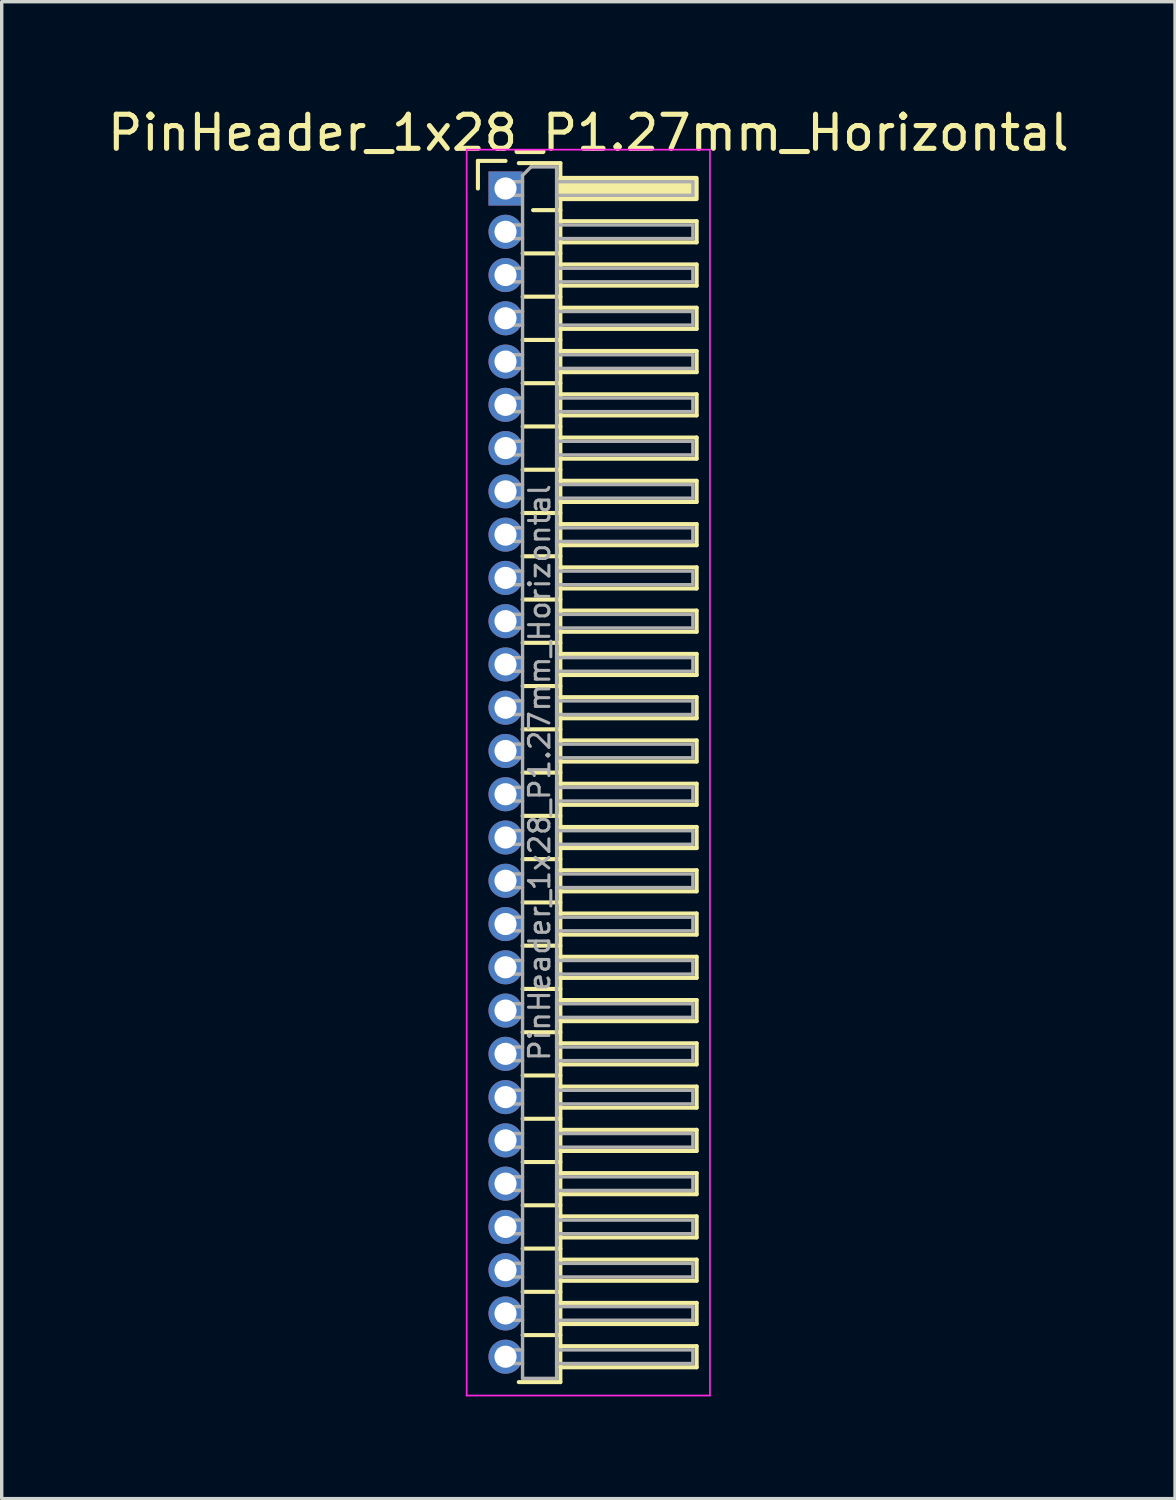
<source format=kicad_pcb>
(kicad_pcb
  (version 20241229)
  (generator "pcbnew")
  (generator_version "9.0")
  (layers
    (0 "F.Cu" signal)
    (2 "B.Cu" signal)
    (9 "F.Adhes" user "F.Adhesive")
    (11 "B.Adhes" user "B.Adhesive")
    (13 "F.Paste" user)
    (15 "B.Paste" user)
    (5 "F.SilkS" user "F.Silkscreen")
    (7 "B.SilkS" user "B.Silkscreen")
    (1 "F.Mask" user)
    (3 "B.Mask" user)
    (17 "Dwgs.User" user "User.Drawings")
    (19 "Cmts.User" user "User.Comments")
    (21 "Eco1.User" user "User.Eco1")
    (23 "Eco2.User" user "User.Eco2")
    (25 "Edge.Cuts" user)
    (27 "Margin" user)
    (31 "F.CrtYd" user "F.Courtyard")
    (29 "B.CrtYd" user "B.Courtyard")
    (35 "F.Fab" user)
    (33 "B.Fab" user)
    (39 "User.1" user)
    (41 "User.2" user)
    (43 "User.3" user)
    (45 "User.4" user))
  (footprint "PinHeader_1x28_P1.27mm_Horizontal"
    (layer "F.Cu")
    (at 11.788 2.483)
    (property "Reference" "PinHeader_1x28_P1.27mm_Horizontal" (at 2.433 -1.635 0) (layer "F.SilkS") (effects (font (size 1 1) (thickness 0.15))))
    (attr through_hole)
    (fp_line (start -0.81 -0.81) (end 0 -0.81) (stroke (width 0.12) (type solid)) (layer "F.SilkS"))
    (fp_line (start -0.81 0) (end -0.81 -0.81) (stroke (width 0.12) (type solid)) (layer "F.SilkS"))
    (fp_line (start 0.39 -0.745) (end 1.61 -0.745) (stroke (width 0.12) (type solid)) (layer "F.SilkS"))
    (fp_line (start 0.503 1.905) (end 1.61 1.905) (stroke (width 0.12) (type solid)) (layer "F.SilkS"))
    (fp_line (start 0.503 3.175) (end 1.61 3.175) (stroke (width 0.12) (type solid)) (layer "F.SilkS"))
    (fp_line (start 0.503 4.445) (end 1.61 4.445) (stroke (width 0.12) (type solid)) (layer "F.SilkS"))
    (fp_line (start 0.503 5.715) (end 1.61 5.715) (stroke (width 0.12) (type solid)) (layer "F.SilkS"))
    (fp_line (start 0.503 6.985) (end 1.61 6.985) (stroke (width 0.12) (type solid)) (layer "F.SilkS"))
    (fp_line (start 0.503 8.255) (end 1.61 8.255) (stroke (width 0.12) (type solid)) (layer "F.SilkS"))
    (fp_line (start 0.503 9.525) (end 1.61 9.525) (stroke (width 0.12) (type solid)) (layer "F.SilkS"))
    (fp_line (start 0.503 10.795) (end 1.61 10.795) (stroke (width 0.12) (type solid)) (layer "F.SilkS"))
    (fp_line (start 0.503 12.065) (end 1.61 12.065) (stroke (width 0.12) (type solid)) (layer "F.SilkS"))
    (fp_line (start 0.503 13.335) (end 1.61 13.335) (stroke (width 0.12) (type solid)) (layer "F.SilkS"))
    (fp_line (start 0.503 14.605) (end 1.61 14.605) (stroke (width 0.12) (type solid)) (layer "F.SilkS"))
    (fp_line (start 0.503 15.875) (end 1.61 15.875) (stroke (width 0.12) (type solid)) (layer "F.SilkS"))
    (fp_line (start 0.503 17.145) (end 1.61 17.145) (stroke (width 0.12) (type solid)) (layer "F.SilkS"))
    (fp_line (start 0.503 18.415) (end 1.61 18.415) (stroke (width 0.12) (type solid)) (layer "F.SilkS"))
    (fp_line (start 0.503 19.685) (end 1.61 19.685) (stroke (width 0.12) (type solid)) (layer "F.SilkS"))
    (fp_line (start 0.503 20.955) (end 1.61 20.955) (stroke (width 0.12) (type solid)) (layer "F.SilkS"))
    (fp_line (start 0.503 22.225) (end 1.61 22.225) (stroke (width 0.12) (type solid)) (layer "F.SilkS"))
    (fp_line (start 0.503 23.495) (end 1.61 23.495) (stroke (width 0.12) (type solid)) (layer "F.SilkS"))
    (fp_line (start 0.503 24.765) (end 1.61 24.765) (stroke (width 0.12) (type solid)) (layer "F.SilkS"))
    (fp_line (start 0.503 26.035) (end 1.61 26.035) (stroke (width 0.12) (type solid)) (layer "F.SilkS"))
    (fp_line (start 0.503 27.305) (end 1.61 27.305) (stroke (width 0.12) (type solid)) (layer "F.SilkS"))
    (fp_line (start 0.503 28.575) (end 1.61 28.575) (stroke (width 0.12) (type solid)) (layer "F.SilkS"))
    (fp_line (start 0.503 29.845) (end 1.61 29.845) (stroke (width 0.12) (type solid)) (layer "F.SilkS"))
    (fp_line (start 0.503 31.115) (end 1.61 31.115) (stroke (width 0.12) (type solid)) (layer "F.SilkS"))
    (fp_line (start 0.503 32.385) (end 1.61 32.385) (stroke (width 0.12) (type solid)) (layer "F.SilkS"))
    (fp_line (start 0.503 33.655) (end 1.61 33.655) (stroke (width 0.12) (type solid)) (layer "F.SilkS"))
    (fp_line (start 0.81 0.635) (end 1.61 0.635) (stroke (width 0.12) (type solid)) (layer "F.SilkS"))
    (fp_line (start 1.61 -0.745) (end 1.61 35.035) (stroke (width 0.12) (type solid)) (layer "F.SilkS"))
    (fp_line (start 1.61 0.96) (end 5.61 0.96) (stroke (width 0.12) (type solid)) (layer "F.SilkS"))
    (fp_line (start 1.61 2.23) (end 5.61 2.23) (stroke (width 0.12) (type solid)) (layer "F.SilkS"))
    (fp_line (start 1.61 3.5) (end 5.61 3.5) (stroke (width 0.12) (type solid)) (layer "F.SilkS"))
    (fp_line (start 1.61 4.77) (end 5.61 4.77) (stroke (width 0.12) (type solid)) (layer "F.SilkS"))
    (fp_line (start 1.61 6.04) (end 5.61 6.04) (stroke (width 0.12) (type solid)) (layer "F.SilkS"))
    (fp_line (start 1.61 7.31) (end 5.61 7.31) (stroke (width 0.12) (type solid)) (layer "F.SilkS"))
    (fp_line (start 1.61 8.58) (end 5.61 8.58) (stroke (width 0.12) (type solid)) (layer "F.SilkS"))
    (fp_line (start 1.61 9.85) (end 5.61 9.85) (stroke (width 0.12) (type solid)) (layer "F.SilkS"))
    (fp_line (start 1.61 11.12) (end 5.61 11.12) (stroke (width 0.12) (type solid)) (layer "F.SilkS"))
    (fp_line (start 1.61 12.39) (end 5.61 12.39) (stroke (width 0.12) (type solid)) (layer "F.SilkS"))
    (fp_line (start 1.61 13.66) (end 5.61 13.66) (stroke (width 0.12) (type solid)) (layer "F.SilkS"))
    (fp_line (start 1.61 14.93) (end 5.61 14.93) (stroke (width 0.12) (type solid)) (layer "F.SilkS"))
    (fp_line (start 1.61 16.2) (end 5.61 16.2) (stroke (width 0.12) (type solid)) (layer "F.SilkS"))
    (fp_line (start 1.61 17.47) (end 5.61 17.47) (stroke (width 0.12) (type solid)) (layer "F.SilkS"))
    (fp_line (start 1.61 18.74) (end 5.61 18.74) (stroke (width 0.12) (type solid)) (layer "F.SilkS"))
    (fp_line (start 1.61 20.01) (end 5.61 20.01) (stroke (width 0.12) (type solid)) (layer "F.SilkS"))
    (fp_line (start 1.61 21.28) (end 5.61 21.28) (stroke (width 0.12) (type solid)) (layer "F.SilkS"))
    (fp_line (start 1.61 22.55) (end 5.61 22.55) (stroke (width 0.12) (type solid)) (layer "F.SilkS"))
    (fp_line (start 1.61 23.82) (end 5.61 23.82) (stroke (width 0.12) (type solid)) (layer "F.SilkS"))
    (fp_line (start 1.61 25.09) (end 5.61 25.09) (stroke (width 0.12) (type solid)) (layer "F.SilkS"))
    (fp_line (start 1.61 26.36) (end 5.61 26.36) (stroke (width 0.12) (type solid)) (layer "F.SilkS"))
    (fp_line (start 1.61 27.63) (end 5.61 27.63) (stroke (width 0.12) (type solid)) (layer "F.SilkS"))
    (fp_line (start 1.61 28.9) (end 5.61 28.9) (stroke (width 0.12) (type solid)) (layer "F.SilkS"))
    (fp_line (start 1.61 30.17) (end 5.61 30.17) (stroke (width 0.12) (type solid)) (layer "F.SilkS"))
    (fp_line (start 1.61 31.44) (end 5.61 31.44) (stroke (width 0.12) (type solid)) (layer "F.SilkS"))
    (fp_line (start 1.61 32.71) (end 5.61 32.71) (stroke (width 0.12) (type solid)) (layer "F.SilkS"))
    (fp_line (start 1.61 33.98) (end 5.61 33.98) (stroke (width 0.12) (type solid)) (layer "F.SilkS"))
    (fp_line (start 1.61 35.035) (end 0.39 35.035) (stroke (width 0.12) (type solid)) (layer "F.SilkS"))
    (fp_line (start 5.61 0.96) (end 5.61 1.58) (stroke (width 0.12) (type solid)) (layer "F.SilkS"))
    (fp_line (start 5.61 1.58) (end 1.61 1.58) (stroke (width 0.12) (type solid)) (layer "F.SilkS"))
    (fp_line (start 5.61 2.23) (end 5.61 2.85) (stroke (width 0.12) (type solid)) (layer "F.SilkS"))
    (fp_line (start 5.61 2.85) (end 1.61 2.85) (stroke (width 0.12) (type solid)) (layer "F.SilkS"))
    (fp_line (start 5.61 3.5) (end 5.61 4.12) (stroke (width 0.12) (type solid)) (layer "F.SilkS"))
    (fp_line (start 5.61 4.12) (end 1.61 4.12) (stroke (width 0.12) (type solid)) (layer "F.SilkS"))
    (fp_line (start 5.61 4.77) (end 5.61 5.39) (stroke (width 0.12) (type solid)) (layer "F.SilkS"))
    (fp_line (start 5.61 5.39) (end 1.61 5.39) (stroke (width 0.12) (type solid)) (layer "F.SilkS"))
    (fp_line (start 5.61 6.04) (end 5.61 6.66) (stroke (width 0.12) (type solid)) (layer "F.SilkS"))
    (fp_line (start 5.61 6.66) (end 1.61 6.66) (stroke (width 0.12) (type solid)) (layer "F.SilkS"))
    (fp_line (start 5.61 7.31) (end 5.61 7.93) (stroke (width 0.12) (type solid)) (layer "F.SilkS"))
    (fp_line (start 5.61 7.93) (end 1.61 7.93) (stroke (width 0.12) (type solid)) (layer "F.SilkS"))
    (fp_line (start 5.61 8.58) (end 5.61 9.2) (stroke (width 0.12) (type solid)) (layer "F.SilkS"))
    (fp_line (start 5.61 9.2) (end 1.61 9.2) (stroke (width 0.12) (type solid)) (layer "F.SilkS"))
    (fp_line (start 5.61 9.85) (end 5.61 10.47) (stroke (width 0.12) (type solid)) (layer "F.SilkS"))
    (fp_line (start 5.61 10.47) (end 1.61 10.47) (stroke (width 0.12) (type solid)) (layer "F.SilkS"))
    (fp_line (start 5.61 11.12) (end 5.61 11.74) (stroke (width 0.12) (type solid)) (layer "F.SilkS"))
    (fp_line (start 5.61 11.74) (end 1.61 11.74) (stroke (width 0.12) (type solid)) (layer "F.SilkS"))
    (fp_line (start 5.61 12.39) (end 5.61 13.01) (stroke (width 0.12) (type solid)) (layer "F.SilkS"))
    (fp_line (start 5.61 13.01) (end 1.61 13.01) (stroke (width 0.12) (type solid)) (layer "F.SilkS"))
    (fp_line (start 5.61 13.66) (end 5.61 14.28) (stroke (width 0.12) (type solid)) (layer "F.SilkS"))
    (fp_line (start 5.61 14.28) (end 1.61 14.28) (stroke (width 0.12) (type solid)) (layer "F.SilkS"))
    (fp_line (start 5.61 14.93) (end 5.61 15.55) (stroke (width 0.12) (type solid)) (layer "F.SilkS"))
    (fp_line (start 5.61 15.55) (end 1.61 15.55) (stroke (width 0.12) (type solid)) (layer "F.SilkS"))
    (fp_line (start 5.61 16.2) (end 5.61 16.82) (stroke (width 0.12) (type solid)) (layer "F.SilkS"))
    (fp_line (start 5.61 16.82) (end 1.61 16.82) (stroke (width 0.12) (type solid)) (layer "F.SilkS"))
    (fp_line (start 5.61 17.47) (end 5.61 18.09) (stroke (width 0.12) (type solid)) (layer "F.SilkS"))
    (fp_line (start 5.61 18.09) (end 1.61 18.09) (stroke (width 0.12) (type solid)) (layer "F.SilkS"))
    (fp_line (start 5.61 18.74) (end 5.61 19.36) (stroke (width 0.12) (type solid)) (layer "F.SilkS"))
    (fp_line (start 5.61 19.36) (end 1.61 19.36) (stroke (width 0.12) (type solid)) (layer "F.SilkS"))
    (fp_line (start 5.61 20.01) (end 5.61 20.63) (stroke (width 0.12) (type solid)) (layer "F.SilkS"))
    (fp_line (start 5.61 20.63) (end 1.61 20.63) (stroke (width 0.12) (type solid)) (layer "F.SilkS"))
    (fp_line (start 5.61 21.28) (end 5.61 21.9) (stroke (width 0.12) (type solid)) (layer "F.SilkS"))
    (fp_line (start 5.61 21.9) (end 1.61 21.9) (stroke (width 0.12) (type solid)) (layer "F.SilkS"))
    (fp_line (start 5.61 22.55) (end 5.61 23.17) (stroke (width 0.12) (type solid)) (layer "F.SilkS"))
    (fp_line (start 5.61 23.17) (end 1.61 23.17) (stroke (width 0.12) (type solid)) (layer "F.SilkS"))
    (fp_line (start 5.61 23.82) (end 5.61 24.44) (stroke (width 0.12) (type solid)) (layer "F.SilkS"))
    (fp_line (start 5.61 24.44) (end 1.61 24.44) (stroke (width 0.12) (type solid)) (layer "F.SilkS"))
    (fp_line (start 5.61 25.09) (end 5.61 25.71) (stroke (width 0.12) (type solid)) (layer "F.SilkS"))
    (fp_line (start 5.61 25.71) (end 1.61 25.71) (stroke (width 0.12) (type solid)) (layer "F.SilkS"))
    (fp_line (start 5.61 26.36) (end 5.61 26.98) (stroke (width 0.12) (type solid)) (layer "F.SilkS"))
    (fp_line (start 5.61 26.98) (end 1.61 26.98) (stroke (width 0.12) (type solid)) (layer "F.SilkS"))
    (fp_line (start 5.61 27.63) (end 5.61 28.25) (stroke (width 0.12) (type solid)) (layer "F.SilkS"))
    (fp_line (start 5.61 28.25) (end 1.61 28.25) (stroke (width 0.12) (type solid)) (layer "F.SilkS"))
    (fp_line (start 5.61 28.9) (end 5.61 29.52) (stroke (width 0.12) (type solid)) (layer "F.SilkS"))
    (fp_line (start 5.61 29.52) (end 1.61 29.52) (stroke (width 0.12) (type solid)) (layer "F.SilkS"))
    (fp_line (start 5.61 30.17) (end 5.61 30.79) (stroke (width 0.12) (type solid)) (layer "F.SilkS"))
    (fp_line (start 5.61 30.79) (end 1.61 30.79) (stroke (width 0.12) (type solid)) (layer "F.SilkS"))
    (fp_line (start 5.61 31.44) (end 5.61 32.06) (stroke (width 0.12) (type solid)) (layer "F.SilkS"))
    (fp_line (start 5.61 32.06) (end 1.61 32.06) (stroke (width 0.12) (type solid)) (layer "F.SilkS"))
    (fp_line (start 5.61 32.71) (end 5.61 33.33) (stroke (width 0.12) (type solid)) (layer "F.SilkS"))
    (fp_line (start 5.61 33.33) (end 1.61 33.33) (stroke (width 0.12) (type solid)) (layer "F.SilkS"))
    (fp_line (start 5.61 33.98) (end 5.61 34.6) (stroke (width 0.12) (type solid)) (layer "F.SilkS"))
    (fp_line (start 5.61 34.6) (end 1.61 34.6) (stroke (width 0.12) (type solid)) (layer "F.SilkS"))
    (fp_rect (start 1.61 -0.31) (end 5.61 0.31) (stroke (width 0.12) (type solid)) (fill yes) (layer "F.SilkS"))
    (fp_line (start -1.14 -1.14) (end -1.14 35.43) (stroke (width 0.05) (type solid)) (layer "F.CrtYd"))
    (fp_line (start -1.14 35.43) (end 6 35.43) (stroke (width 0.05) (type solid)) (layer "F.CrtYd"))
    (fp_line (start 6 -1.14) (end -1.14 -1.14) (stroke (width 0.05) (type solid)) (layer "F.CrtYd"))
    (fp_line (start 6 35.43) (end 6 -1.14) (stroke (width 0.05) (type solid)) (layer "F.CrtYd"))
    (fp_line (start -0.2 -0.2) (end -0.2 0.2) (stroke (width 0.1) (type solid)) (layer "F.Fab"))
    (fp_line (start -0.2 -0.2) (end 0.5 -0.2) (stroke (width 0.1) (type solid)) (layer "F.Fab"))
    (fp_line (start -0.2 0.2) (end 0.5 0.2) (stroke (width 0.1) (type solid)) (layer "F.Fab"))
    (fp_line (start -0.2 1.07) (end -0.2 1.47) (stroke (width 0.1) (type solid)) (layer "F.Fab"))
    (fp_line (start -0.2 1.07) (end 0.5 1.07) (stroke (width 0.1) (type solid)) (layer "F.Fab"))
    (fp_line (start -0.2 1.47) (end 0.5 1.47) (stroke (width 0.1) (type solid)) (layer "F.Fab"))
    (fp_line (start -0.2 2.34) (end -0.2 2.74) (stroke (width 0.1) (type solid)) (layer "F.Fab"))
    (fp_line (start -0.2 2.34) (end 0.5 2.34) (stroke (width 0.1) (type solid)) (layer "F.Fab"))
    (fp_line (start -0.2 2.74) (end 0.5 2.74) (stroke (width 0.1) (type solid)) (layer "F.Fab"))
    (fp_line (start -0.2 3.61) (end -0.2 4.01) (stroke (width 0.1) (type solid)) (layer "F.Fab"))
    (fp_line (start -0.2 3.61) (end 0.5 3.61) (stroke (width 0.1) (type solid)) (layer "F.Fab"))
    (fp_line (start -0.2 4.01) (end 0.5 4.01) (stroke (width 0.1) (type solid)) (layer "F.Fab"))
    (fp_line (start -0.2 4.88) (end -0.2 5.28) (stroke (width 0.1) (type solid)) (layer "F.Fab"))
    (fp_line (start -0.2 4.88) (end 0.5 4.88) (stroke (width 0.1) (type solid)) (layer "F.Fab"))
    (fp_line (start -0.2 5.28) (end 0.5 5.28) (stroke (width 0.1) (type solid)) (layer "F.Fab"))
    (fp_line (start -0.2 6.15) (end -0.2 6.55) (stroke (width 0.1) (type solid)) (layer "F.Fab"))
    (fp_line (start -0.2 6.15) (end 0.5 6.15) (stroke (width 0.1) (type solid)) (layer "F.Fab"))
    (fp_line (start -0.2 6.55) (end 0.5 6.55) (stroke (width 0.1) (type solid)) (layer "F.Fab"))
    (fp_line (start -0.2 7.42) (end -0.2 7.82) (stroke (width 0.1) (type solid)) (layer "F.Fab"))
    (fp_line (start -0.2 7.42) (end 0.5 7.42) (stroke (width 0.1) (type solid)) (layer "F.Fab"))
    (fp_line (start -0.2 7.82) (end 0.5 7.82) (stroke (width 0.1) (type solid)) (layer "F.Fab"))
    (fp_line (start -0.2 8.69) (end -0.2 9.09) (stroke (width 0.1) (type solid)) (layer "F.Fab"))
    (fp_line (start -0.2 8.69) (end 0.5 8.69) (stroke (width 0.1) (type solid)) (layer "F.Fab"))
    (fp_line (start -0.2 9.09) (end 0.5 9.09) (stroke (width 0.1) (type solid)) (layer "F.Fab"))
    (fp_line (start -0.2 9.96) (end -0.2 10.36) (stroke (width 0.1) (type solid)) (layer "F.Fab"))
    (fp_line (start -0.2 9.96) (end 0.5 9.96) (stroke (width 0.1) (type solid)) (layer "F.Fab"))
    (fp_line (start -0.2 10.36) (end 0.5 10.36) (stroke (width 0.1) (type solid)) (layer "F.Fab"))
    (fp_line (start -0.2 11.23) (end -0.2 11.63) (stroke (width 0.1) (type solid)) (layer "F.Fab"))
    (fp_line (start -0.2 11.23) (end 0.5 11.23) (stroke (width 0.1) (type solid)) (layer "F.Fab"))
    (fp_line (start -0.2 11.63) (end 0.5 11.63) (stroke (width 0.1) (type solid)) (layer "F.Fab"))
    (fp_line (start -0.2 12.5) (end -0.2 12.9) (stroke (width 0.1) (type solid)) (layer "F.Fab"))
    (fp_line (start -0.2 12.5) (end 0.5 12.5) (stroke (width 0.1) (type solid)) (layer "F.Fab"))
    (fp_line (start -0.2 12.9) (end 0.5 12.9) (stroke (width 0.1) (type solid)) (layer "F.Fab"))
    (fp_line (start -0.2 13.77) (end -0.2 14.17) (stroke (width 0.1) (type solid)) (layer "F.Fab"))
    (fp_line (start -0.2 13.77) (end 0.5 13.77) (stroke (width 0.1) (type solid)) (layer "F.Fab"))
    (fp_line (start -0.2 14.17) (end 0.5 14.17) (stroke (width 0.1) (type solid)) (layer "F.Fab"))
    (fp_line (start -0.2 15.04) (end -0.2 15.44) (stroke (width 0.1) (type solid)) (layer "F.Fab"))
    (fp_line (start -0.2 15.04) (end 0.5 15.04) (stroke (width 0.1) (type solid)) (layer "F.Fab"))
    (fp_line (start -0.2 15.44) (end 0.5 15.44) (stroke (width 0.1) (type solid)) (layer "F.Fab"))
    (fp_line (start -0.2 16.31) (end -0.2 16.71) (stroke (width 0.1) (type solid)) (layer "F.Fab"))
    (fp_line (start -0.2 16.31) (end 0.5 16.31) (stroke (width 0.1) (type solid)) (layer "F.Fab"))
    (fp_line (start -0.2 16.71) (end 0.5 16.71) (stroke (width 0.1) (type solid)) (layer "F.Fab"))
    (fp_line (start -0.2 17.58) (end -0.2 17.98) (stroke (width 0.1) (type solid)) (layer "F.Fab"))
    (fp_line (start -0.2 17.58) (end 0.5 17.58) (stroke (width 0.1) (type solid)) (layer "F.Fab"))
    (fp_line (start -0.2 17.98) (end 0.5 17.98) (stroke (width 0.1) (type solid)) (layer "F.Fab"))
    (fp_line (start -0.2 18.85) (end -0.2 19.25) (stroke (width 0.1) (type solid)) (layer "F.Fab"))
    (fp_line (start -0.2 18.85) (end 0.5 18.85) (stroke (width 0.1) (type solid)) (layer "F.Fab"))
    (fp_line (start -0.2 19.25) (end 0.5 19.25) (stroke (width 0.1) (type solid)) (layer "F.Fab"))
    (fp_line (start -0.2 20.12) (end -0.2 20.52) (stroke (width 0.1) (type solid)) (layer "F.Fab"))
    (fp_line (start -0.2 20.12) (end 0.5 20.12) (stroke (width 0.1) (type solid)) (layer "F.Fab"))
    (fp_line (start -0.2 20.52) (end 0.5 20.52) (stroke (width 0.1) (type solid)) (layer "F.Fab"))
    (fp_line (start -0.2 21.39) (end -0.2 21.79) (stroke (width 0.1) (type solid)) (layer "F.Fab"))
    (fp_line (start -0.2 21.39) (end 0.5 21.39) (stroke (width 0.1) (type solid)) (layer "F.Fab"))
    (fp_line (start -0.2 21.79) (end 0.5 21.79) (stroke (width 0.1) (type solid)) (layer "F.Fab"))
    (fp_line (start -0.2 22.66) (end -0.2 23.06) (stroke (width 0.1) (type solid)) (layer "F.Fab"))
    (fp_line (start -0.2 22.66) (end 0.5 22.66) (stroke (width 0.1) (type solid)) (layer "F.Fab"))
    (fp_line (start -0.2 23.06) (end 0.5 23.06) (stroke (width 0.1) (type solid)) (layer "F.Fab"))
    (fp_line (start -0.2 23.93) (end -0.2 24.33) (stroke (width 0.1) (type solid)) (layer "F.Fab"))
    (fp_line (start -0.2 23.93) (end 0.5 23.93) (stroke (width 0.1) (type solid)) (layer "F.Fab"))
    (fp_line (start -0.2 24.33) (end 0.5 24.33) (stroke (width 0.1) (type solid)) (layer "F.Fab"))
    (fp_line (start -0.2 25.2) (end -0.2 25.6) (stroke (width 0.1) (type solid)) (layer "F.Fab"))
    (fp_line (start -0.2 25.2) (end 0.5 25.2) (stroke (width 0.1) (type solid)) (layer "F.Fab"))
    (fp_line (start -0.2 25.6) (end 0.5 25.6) (stroke (width 0.1) (type solid)) (layer "F.Fab"))
    (fp_line (start -0.2 26.47) (end -0.2 26.87) (stroke (width 0.1) (type solid)) (layer "F.Fab"))
    (fp_line (start -0.2 26.47) (end 0.5 26.47) (stroke (width 0.1) (type solid)) (layer "F.Fab"))
    (fp_line (start -0.2 26.87) (end 0.5 26.87) (stroke (width 0.1) (type solid)) (layer "F.Fab"))
    (fp_line (start -0.2 27.74) (end -0.2 28.14) (stroke (width 0.1) (type solid)) (layer "F.Fab"))
    (fp_line (start -0.2 27.74) (end 0.5 27.74) (stroke (width 0.1) (type solid)) (layer "F.Fab"))
    (fp_line (start -0.2 28.14) (end 0.5 28.14) (stroke (width 0.1) (type solid)) (layer "F.Fab"))
    (fp_line (start -0.2 29.01) (end -0.2 29.41) (stroke (width 0.1) (type solid)) (layer "F.Fab"))
    (fp_line (start -0.2 29.01) (end 0.5 29.01) (stroke (width 0.1) (type solid)) (layer "F.Fab"))
    (fp_line (start -0.2 29.41) (end 0.5 29.41) (stroke (width 0.1) (type solid)) (layer "F.Fab"))
    (fp_line (start -0.2 30.28) (end -0.2 30.68) (stroke (width 0.1) (type solid)) (layer "F.Fab"))
    (fp_line (start -0.2 30.28) (end 0.5 30.28) (stroke (width 0.1) (type solid)) (layer "F.Fab"))
    (fp_line (start -0.2 30.68) (end 0.5 30.68) (stroke (width 0.1) (type solid)) (layer "F.Fab"))
    (fp_line (start -0.2 31.55) (end -0.2 31.95) (stroke (width 0.1) (type solid)) (layer "F.Fab"))
    (fp_line (start -0.2 31.55) (end 0.5 31.55) (stroke (width 0.1) (type solid)) (layer "F.Fab"))
    (fp_line (start -0.2 31.95) (end 0.5 31.95) (stroke (width 0.1) (type solid)) (layer "F.Fab"))
    (fp_line (start -0.2 32.82) (end -0.2 33.22) (stroke (width 0.1) (type solid)) (layer "F.Fab"))
    (fp_line (start -0.2 32.82) (end 0.5 32.82) (stroke (width 0.1) (type solid)) (layer "F.Fab"))
    (fp_line (start -0.2 33.22) (end 0.5 33.22) (stroke (width 0.1) (type solid)) (layer "F.Fab"))
    (fp_line (start -0.2 34.09) (end -0.2 34.49) (stroke (width 0.1) (type solid)) (layer "F.Fab"))
    (fp_line (start -0.2 34.09) (end 0.5 34.09) (stroke (width 0.1) (type solid)) (layer "F.Fab"))
    (fp_line (start -0.2 34.49) (end 0.5 34.49) (stroke (width 0.1) (type solid)) (layer "F.Fab"))
    (fp_line (start 0.5 -0.385) (end 0.75 -0.635) (stroke (width 0.1) (type solid)) (layer "F.Fab"))
    (fp_line (start 0.5 34.925) (end 0.5 -0.385) (stroke (width 0.1) (type solid)) (layer "F.Fab"))
    (fp_line (start 0.75 -0.635) (end 1.5 -0.635) (stroke (width 0.1) (type solid)) (layer "F.Fab"))
    (fp_line (start 1.5 -0.635) (end 1.5 34.925) (stroke (width 0.1) (type solid)) (layer "F.Fab"))
    (fp_line (start 1.5 -0.2) (end 5.5 -0.2) (stroke (width 0.1) (type solid)) (layer "F.Fab"))
    (fp_line (start 1.5 0.2) (end 5.5 0.2) (stroke (width 0.1) (type solid)) (layer "F.Fab"))
    (fp_line (start 1.5 1.07) (end 5.5 1.07) (stroke (width 0.1) (type solid)) (layer "F.Fab"))
    (fp_line (start 1.5 1.47) (end 5.5 1.47) (stroke (width 0.1) (type solid)) (layer "F.Fab"))
    (fp_line (start 1.5 2.34) (end 5.5 2.34) (stroke (width 0.1) (type solid)) (layer "F.Fab"))
    (fp_line (start 1.5 2.74) (end 5.5 2.74) (stroke (width 0.1) (type solid)) (layer "F.Fab"))
    (fp_line (start 1.5 3.61) (end 5.5 3.61) (stroke (width 0.1) (type solid)) (layer "F.Fab"))
    (fp_line (start 1.5 4.01) (end 5.5 4.01) (stroke (width 0.1) (type solid)) (layer "F.Fab"))
    (fp_line (start 1.5 4.88) (end 5.5 4.88) (stroke (width 0.1) (type solid)) (layer "F.Fab"))
    (fp_line (start 1.5 5.28) (end 5.5 5.28) (stroke (width 0.1) (type solid)) (layer "F.Fab"))
    (fp_line (start 1.5 6.15) (end 5.5 6.15) (stroke (width 0.1) (type solid)) (layer "F.Fab"))
    (fp_line (start 1.5 6.55) (end 5.5 6.55) (stroke (width 0.1) (type solid)) (layer "F.Fab"))
    (fp_line (start 1.5 7.42) (end 5.5 7.42) (stroke (width 0.1) (type solid)) (layer "F.Fab"))
    (fp_line (start 1.5 7.82) (end 5.5 7.82) (stroke (width 0.1) (type solid)) (layer "F.Fab"))
    (fp_line (start 1.5 8.69) (end 5.5 8.69) (stroke (width 0.1) (type solid)) (layer "F.Fab"))
    (fp_line (start 1.5 9.09) (end 5.5 9.09) (stroke (width 0.1) (type solid)) (layer "F.Fab"))
    (fp_line (start 1.5 9.96) (end 5.5 9.96) (stroke (width 0.1) (type solid)) (layer "F.Fab"))
    (fp_line (start 1.5 10.36) (end 5.5 10.36) (stroke (width 0.1) (type solid)) (layer "F.Fab"))
    (fp_line (start 1.5 11.23) (end 5.5 11.23) (stroke (width 0.1) (type solid)) (layer "F.Fab"))
    (fp_line (start 1.5 11.63) (end 5.5 11.63) (stroke (width 0.1) (type solid)) (layer "F.Fab"))
    (fp_line (start 1.5 12.5) (end 5.5 12.5) (stroke (width 0.1) (type solid)) (layer "F.Fab"))
    (fp_line (start 1.5 12.9) (end 5.5 12.9) (stroke (width 0.1) (type solid)) (layer "F.Fab"))
    (fp_line (start 1.5 13.77) (end 5.5 13.77) (stroke (width 0.1) (type solid)) (layer "F.Fab"))
    (fp_line (start 1.5 14.17) (end 5.5 14.17) (stroke (width 0.1) (type solid)) (layer "F.Fab"))
    (fp_line (start 1.5 15.04) (end 5.5 15.04) (stroke (width 0.1) (type solid)) (layer "F.Fab"))
    (fp_line (start 1.5 15.44) (end 5.5 15.44) (stroke (width 0.1) (type solid)) (layer "F.Fab"))
    (fp_line (start 1.5 16.31) (end 5.5 16.31) (stroke (width 0.1) (type solid)) (layer "F.Fab"))
    (fp_line (start 1.5 16.71) (end 5.5 16.71) (stroke (width 0.1) (type solid)) (layer "F.Fab"))
    (fp_line (start 1.5 17.58) (end 5.5 17.58) (stroke (width 0.1) (type solid)) (layer "F.Fab"))
    (fp_line (start 1.5 17.98) (end 5.5 17.98) (stroke (width 0.1) (type solid)) (layer "F.Fab"))
    (fp_line (start 1.5 18.85) (end 5.5 18.85) (stroke (width 0.1) (type solid)) (layer "F.Fab"))
    (fp_line (start 1.5 19.25) (end 5.5 19.25) (stroke (width 0.1) (type solid)) (layer "F.Fab"))
    (fp_line (start 1.5 20.12) (end 5.5 20.12) (stroke (width 0.1) (type solid)) (layer "F.Fab"))
    (fp_line (start 1.5 20.52) (end 5.5 20.52) (stroke (width 0.1) (type solid)) (layer "F.Fab"))
    (fp_line (start 1.5 21.39) (end 5.5 21.39) (stroke (width 0.1) (type solid)) (layer "F.Fab"))
    (fp_line (start 1.5 21.79) (end 5.5 21.79) (stroke (width 0.1) (type solid)) (layer "F.Fab"))
    (fp_line (start 1.5 22.66) (end 5.5 22.66) (stroke (width 0.1) (type solid)) (layer "F.Fab"))
    (fp_line (start 1.5 23.06) (end 5.5 23.06) (stroke (width 0.1) (type solid)) (layer "F.Fab"))
    (fp_line (start 1.5 23.93) (end 5.5 23.93) (stroke (width 0.1) (type solid)) (layer "F.Fab"))
    (fp_line (start 1.5 24.33) (end 5.5 24.33) (stroke (width 0.1) (type solid)) (layer "F.Fab"))
    (fp_line (start 1.5 25.2) (end 5.5 25.2) (stroke (width 0.1) (type solid)) (layer "F.Fab"))
    (fp_line (start 1.5 25.6) (end 5.5 25.6) (stroke (width 0.1) (type solid)) (layer "F.Fab"))
    (fp_line (start 1.5 26.47) (end 5.5 26.47) (stroke (width 0.1) (type solid)) (layer "F.Fab"))
    (fp_line (start 1.5 26.87) (end 5.5 26.87) (stroke (width 0.1) (type solid)) (layer "F.Fab"))
    (fp_line (start 1.5 27.74) (end 5.5 27.74) (stroke (width 0.1) (type solid)) (layer "F.Fab"))
    (fp_line (start 1.5 28.14) (end 5.5 28.14) (stroke (width 0.1) (type solid)) (layer "F.Fab"))
    (fp_line (start 1.5 29.01) (end 5.5 29.01) (stroke (width 0.1) (type solid)) (layer "F.Fab"))
    (fp_line (start 1.5 29.41) (end 5.5 29.41) (stroke (width 0.1) (type solid)) (layer "F.Fab"))
    (fp_line (start 1.5 30.28) (end 5.5 30.28) (stroke (width 0.1) (type solid)) (layer "F.Fab"))
    (fp_line (start 1.5 30.68) (end 5.5 30.68) (stroke (width 0.1) (type solid)) (layer "F.Fab"))
    (fp_line (start 1.5 31.55) (end 5.5 31.55) (stroke (width 0.1) (type solid)) (layer "F.Fab"))
    (fp_line (start 1.5 31.95) (end 5.5 31.95) (stroke (width 0.1) (type solid)) (layer "F.Fab"))
    (fp_line (start 1.5 32.82) (end 5.5 32.82) (stroke (width 0.1) (type solid)) (layer "F.Fab"))
    (fp_line (start 1.5 33.22) (end 5.5 33.22) (stroke (width 0.1) (type solid)) (layer "F.Fab"))
    (fp_line (start 1.5 34.09) (end 5.5 34.09) (stroke (width 0.1) (type solid)) (layer "F.Fab"))
    (fp_line (start 1.5 34.49) (end 5.5 34.49) (stroke (width 0.1) (type solid)) (layer "F.Fab"))
    (fp_line (start 1.5 34.925) (end 0.5 34.925) (stroke (width 0.1) (type solid)) (layer "F.Fab"))
    (fp_line (start 5.5 -0.2) (end 5.5 0.2) (stroke (width 0.1) (type solid)) (layer "F.Fab"))
    (fp_line (start 5.5 1.07) (end 5.5 1.47) (stroke (width 0.1) (type solid)) (layer "F.Fab"))
    (fp_line (start 5.5 2.34) (end 5.5 2.74) (stroke (width 0.1) (type solid)) (layer "F.Fab"))
    (fp_line (start 5.5 3.61) (end 5.5 4.01) (stroke (width 0.1) (type solid)) (layer "F.Fab"))
    (fp_line (start 5.5 4.88) (end 5.5 5.28) (stroke (width 0.1) (type solid)) (layer "F.Fab"))
    (fp_line (start 5.5 6.15) (end 5.5 6.55) (stroke (width 0.1) (type solid)) (layer "F.Fab"))
    (fp_line (start 5.5 7.42) (end 5.5 7.82) (stroke (width 0.1) (type solid)) (layer "F.Fab"))
    (fp_line (start 5.5 8.69) (end 5.5 9.09) (stroke (width 0.1) (type solid)) (layer "F.Fab"))
    (fp_line (start 5.5 9.96) (end 5.5 10.36) (stroke (width 0.1) (type solid)) (layer "F.Fab"))
    (fp_line (start 5.5 11.23) (end 5.5 11.63) (stroke (width 0.1) (type solid)) (layer "F.Fab"))
    (fp_line (start 5.5 12.5) (end 5.5 12.9) (stroke (width 0.1) (type solid)) (layer "F.Fab"))
    (fp_line (start 5.5 13.77) (end 5.5 14.17) (stroke (width 0.1) (type solid)) (layer "F.Fab"))
    (fp_line (start 5.5 15.04) (end 5.5 15.44) (stroke (width 0.1) (type solid)) (layer "F.Fab"))
    (fp_line (start 5.5 16.31) (end 5.5 16.71) (stroke (width 0.1) (type solid)) (layer "F.Fab"))
    (fp_line (start 5.5 17.58) (end 5.5 17.98) (stroke (width 0.1) (type solid)) (layer "F.Fab"))
    (fp_line (start 5.5 18.85) (end 5.5 19.25) (stroke (width 0.1) (type solid)) (layer "F.Fab"))
    (fp_line (start 5.5 20.12) (end 5.5 20.52) (stroke (width 0.1) (type solid)) (layer "F.Fab"))
    (fp_line (start 5.5 21.39) (end 5.5 21.79) (stroke (width 0.1) (type solid)) (layer "F.Fab"))
    (fp_line (start 5.5 22.66) (end 5.5 23.06) (stroke (width 0.1) (type solid)) (layer "F.Fab"))
    (fp_line (start 5.5 23.93) (end 5.5 24.33) (stroke (width 0.1) (type solid)) (layer "F.Fab"))
    (fp_line (start 5.5 25.2) (end 5.5 25.6) (stroke (width 0.1) (type solid)) (layer "F.Fab"))
    (fp_line (start 5.5 26.47) (end 5.5 26.87) (stroke (width 0.1) (type solid)) (layer "F.Fab"))
    (fp_line (start 5.5 27.74) (end 5.5 28.14) (stroke (width 0.1) (type solid)) (layer "F.Fab"))
    (fp_line (start 5.5 29.01) (end 5.5 29.41) (stroke (width 0.1) (type solid)) (layer "F.Fab"))
    (fp_line (start 5.5 30.28) (end 5.5 30.68) (stroke (width 0.1) (type solid)) (layer "F.Fab"))
    (fp_line (start 5.5 31.55) (end 5.5 31.95) (stroke (width 0.1) (type solid)) (layer "F.Fab"))
    (fp_line (start 5.5 32.82) (end 5.5 33.22) (stroke (width 0.1) (type solid)) (layer "F.Fab"))
    (fp_line (start 5.5 34.09) (end 5.5 34.49) (stroke (width 0.1) (type solid)) (layer "F.Fab"))
    (fp_text user "${REFERENCE}" (at 1 17.145 90) (layer "F.Fab") (effects (font (size 0.6 0.6) (thickness 0.09))))
    (pad "1" thru_hole rect (at 0 0) (size 1 1) (drill 0.65) (layers "*.Cu" "*.Mask"))
    (pad "2" thru_hole circle (at 0 1.27) (size 1 1) (drill 0.65) (layers "*.Cu" "*.Mask"))
    (pad "3" thru_hole circle (at 0 2.54) (size 1 1) (drill 0.65) (layers "*.Cu" "*.Mask"))
    (pad "4" thru_hole circle (at 0 3.81) (size 1 1) (drill 0.65) (layers "*.Cu" "*.Mask"))
    (pad "5" thru_hole circle (at 0 5.08) (size 1 1) (drill 0.65) (layers "*.Cu" "*.Mask"))
    (pad "6" thru_hole circle (at 0 6.35) (size 1 1) (drill 0.65) (layers "*.Cu" "*.Mask"))
    (pad "7" thru_hole circle (at 0 7.62) (size 1 1) (drill 0.65) (layers "*.Cu" "*.Mask"))
    (pad "8" thru_hole circle (at 0 8.89) (size 1 1) (drill 0.65) (layers "*.Cu" "*.Mask"))
    (pad "9" thru_hole circle (at 0 10.16) (size 1 1) (drill 0.65) (layers "*.Cu" "*.Mask"))
    (pad "10" thru_hole circle (at 0 11.43) (size 1 1) (drill 0.65) (layers "*.Cu" "*.Mask"))
    (pad "11" thru_hole circle (at 0 12.7) (size 1 1) (drill 0.65) (layers "*.Cu" "*.Mask"))
    (pad "12" thru_hole circle (at 0 13.97) (size 1 1) (drill 0.65) (layers "*.Cu" "*.Mask"))
    (pad "13" thru_hole circle (at 0 15.24) (size 1 1) (drill 0.65) (layers "*.Cu" "*.Mask"))
    (pad "14" thru_hole circle (at 0 16.51) (size 1 1) (drill 0.65) (layers "*.Cu" "*.Mask"))
    (pad "15" thru_hole circle (at 0 17.78) (size 1 1) (drill 0.65) (layers "*.Cu" "*.Mask"))
    (pad "16" thru_hole circle (at 0 19.05) (size 1 1) (drill 0.65) (layers "*.Cu" "*.Mask"))
    (pad "17" thru_hole circle (at 0 20.32) (size 1 1) (drill 0.65) (layers "*.Cu" "*.Mask"))
    (pad "18" thru_hole circle (at 0 21.59) (size 1 1) (drill 0.65) (layers "*.Cu" "*.Mask"))
    (pad "19" thru_hole circle (at 0 22.86) (size 1 1) (drill 0.65) (layers "*.Cu" "*.Mask"))
    (pad "20" thru_hole circle (at 0 24.13) (size 1 1) (drill 0.65) (layers "*.Cu" "*.Mask"))
    (pad "21" thru_hole circle (at 0 25.4) (size 1 1) (drill 0.65) (layers "*.Cu" "*.Mask"))
    (pad "22" thru_hole circle (at 0 26.67) (size 1 1) (drill 0.65) (layers "*.Cu" "*.Mask"))
    (pad "23" thru_hole circle (at 0 27.94) (size 1 1) (drill 0.65) (layers "*.Cu" "*.Mask"))
    (pad "24" thru_hole circle (at 0 29.21) (size 1 1) (drill 0.65) (layers "*.Cu" "*.Mask"))
    (pad "25" thru_hole circle (at 0 30.48) (size 1 1) (drill 0.65) (layers "*.Cu" "*.Mask"))
    (pad "26" thru_hole circle (at 0 31.75) (size 1 1) (drill 0.65) (layers "*.Cu" "*.Mask"))
    (pad "27" thru_hole circle (at 0 33.02) (size 1 1) (drill 0.65) (layers "*.Cu" "*.Mask"))
    (pad "28" thru_hole circle (at 0 34.29) (size 1 1) (drill 0.65) (layers "*.Cu" "*.Mask")))
  (gr_rect
    (start -3 -3)
    (end 31.44 40.938)
    (stroke (width 0.1) (type default))
    (fill no)
    (layer "Edge.Cuts")))
</source>
